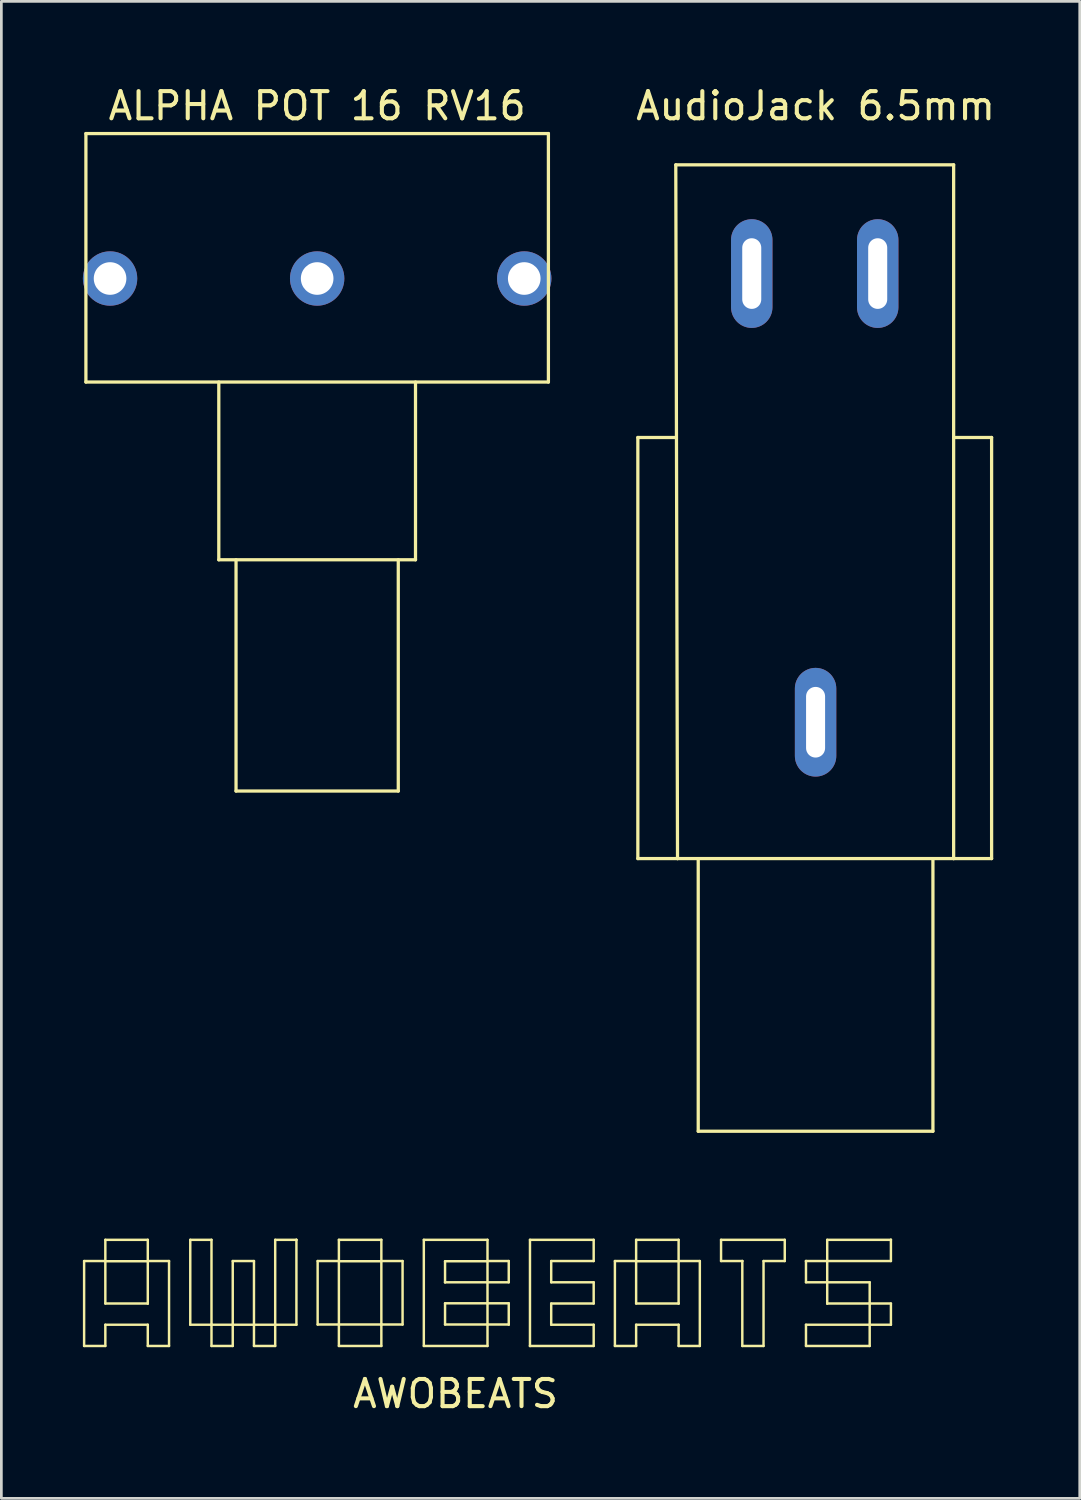
<source format=kicad_pcb>
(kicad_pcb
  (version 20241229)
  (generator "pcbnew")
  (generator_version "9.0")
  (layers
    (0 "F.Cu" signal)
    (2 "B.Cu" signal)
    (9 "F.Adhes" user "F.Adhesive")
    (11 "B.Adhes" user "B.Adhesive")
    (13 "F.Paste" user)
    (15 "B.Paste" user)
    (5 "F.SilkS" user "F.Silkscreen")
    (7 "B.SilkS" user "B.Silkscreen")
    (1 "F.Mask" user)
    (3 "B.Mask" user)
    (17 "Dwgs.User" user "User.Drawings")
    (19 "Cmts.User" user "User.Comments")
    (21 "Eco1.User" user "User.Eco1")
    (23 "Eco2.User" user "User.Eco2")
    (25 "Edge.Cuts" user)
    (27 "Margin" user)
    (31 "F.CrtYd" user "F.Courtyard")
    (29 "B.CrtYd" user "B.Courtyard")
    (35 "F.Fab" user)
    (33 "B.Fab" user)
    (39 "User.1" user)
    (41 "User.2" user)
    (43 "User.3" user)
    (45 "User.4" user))
  (footprint "ALPHA POT 16 RV16"
    (layer "F.Cu")
    (at 8.62 2.245)
    (property "Reference" "ALPHA POT 16 RV16" (at 0 -1.397 0) (layer "F.SilkS") (effects (font (size 1 1) (thickness 0.15))))
    (attr through_hole)
    (fp_line (start -8.509 -0.381) (end 8.509 -0.381) (stroke (width 0.12) (type solid)) (layer "F.SilkS"))
    (fp_line (start -8.509 8.763) (end -8.509 -0.381) (stroke (width 0.12) (type solid)) (layer "F.SilkS"))
    (fp_line (start -3.619 8.763) (end -3.619 15.303) (stroke (width 0.12) (type solid)) (layer "F.SilkS"))
    (fp_line (start -3.619 15.303) (end 3.619 15.303) (stroke (width 0.12) (type solid)) (layer "F.SilkS"))
    (fp_line (start -2.985 15.303) (end -2.985 23.812) (stroke (width 0.12) (type solid)) (layer "F.SilkS"))
    (fp_line (start -2.985 23.812) (end 2.985 23.812) (stroke (width 0.12) (type solid)) (layer "F.SilkS"))
    (fp_line (start 2.985 23.812) (end 2.985 15.303) (stroke (width 0.12) (type solid)) (layer "F.SilkS"))
    (fp_line (start 3.619 15.303) (end 3.619 8.763) (stroke (width 0.12) (type solid)) (layer "F.SilkS"))
    (fp_line (start 8.509 -0.381) (end 8.509 8.763) (stroke (width 0.12) (type solid)) (layer "F.SilkS"))
    (fp_line (start 8.509 8.763) (end -8.509 8.763) (stroke (width 0.12) (type solid)) (layer "F.SilkS"))
    (pad "1" thru_hole circle (at -7.62 4.953) (size 2 2) (drill 1.2) (layers "*.Cu" "*.Mask"))
    (pad "2" thru_hole circle (at 0 4.953) (size 2 2) (drill 1.2) (layers "*.Cu" "*.Mask"))
    (pad "3" thru_hole circle (at 7.62 4.953) (size 2 2) (drill 1.2) (layers "*.Cu" "*.Mask")))
  (footprint "AudioJack 6.5mm"
    (layer "F.Cu")
    (at 26.96 0.348)
    (property "Reference" "AudioJack 6.5mm" (at 0 0.5 0) (layer "F.SilkS") (effects (font (size 1 1) (thickness 0.15))))
    (attr through_hole)
    (fp_line (start -6.54 12.7) (end -6.54 28.194) (stroke (width 0.12) (type solid)) (layer "F.SilkS"))
    (fp_line (start -6.54 28.194) (end -5.08 28.194) (stroke (width 0.12) (type solid)) (layer "F.SilkS"))
    (fp_line (start -5.144 2.667) (end -5.08 28.194) (stroke (width 0.12) (type solid)) (layer "F.SilkS"))
    (fp_line (start -5.144 12.7) (end -6.54 12.7) (stroke (width 0.12) (type solid)) (layer "F.SilkS"))
    (fp_line (start -5.08 28.194) (end 5.08 28.194) (stroke (width 0.12) (type solid)) (layer "F.SilkS"))
    (fp_line (start -4.318 28.194) (end -4.318 38.227) (stroke (width 0.12) (type solid)) (layer "F.SilkS"))
    (fp_line (start -4.318 38.227) (end 4.318 38.227) (stroke (width 0.12) (type solid)) (layer "F.SilkS"))
    (fp_line (start 4.318 38.227) (end 4.318 28.194) (stroke (width 0.12) (type solid)) (layer "F.SilkS"))
    (fp_line (start 5.08 2.667) (end -5.144 2.667) (stroke (width 0.12) (type solid)) (layer "F.SilkS"))
    (fp_line (start 5.08 28.194) (end 5.08 2.667) (stroke (width 0.12) (type solid)) (layer "F.SilkS"))
    (fp_line (start 5.08 28.194) (end 6.477 28.194) (stroke (width 0.12) (type solid)) (layer "F.SilkS"))
    (fp_line (start 6.477 12.7) (end 5.08 12.7) (stroke (width 0.12) (type solid)) (layer "F.SilkS"))
    (fp_line (start 6.477 28.194) (end 6.477 12.7) (stroke (width 0.12) (type solid)) (layer "F.SilkS"))
    (pad "R" thru_hole oval (at -2.349 6.668) (size 1.524 4) (drill oval 0.7 2.6) (layers "*.Cu" "*.Mask"))
    (pad "S" thru_hole oval (at 0 23.177) (size 1.524 4) (drill oval 0.7 2.6) (layers "*.Cu" "*.Mask"))
    (pad "T" thru_hole oval (at 2.286 6.668) (size 1.524 4) (drill oval 0.7 2.6) (layers "*.Cu" "*.Mask")))
  (footprint "AWOBEATS"
    (layer "F.Cu")
    (at 13.711 41.885)
    (property "Reference" "AWOBEATS" (at 0 6.35 0) (layer "F.SilkS") (effects (font (size 1 1) (thickness 0.15))))
    (attr through_hole)
    (fp_line (start -13.666 1.466) (end -12.885 1.466) (stroke (width 0.09) (type solid)) (layer "F.SilkS"))
    (fp_line (start -13.666 4.591) (end -13.666 1.466) (stroke (width 0.09) (type solid)) (layer "F.SilkS"))
    (fp_line (start -12.885 0.685) (end -11.323 0.685) (stroke (width 0.09) (type solid)) (layer "F.SilkS"))
    (fp_line (start -12.885 1.466) (end -12.885 0.685) (stroke (width 0.09) (type solid)) (layer "F.SilkS"))
    (fp_line (start -12.885 1.466) (end -12.885 1.466) (stroke (width 0.09) (type solid)) (layer "F.SilkS"))
    (fp_line (start -12.885 1.474) (end -12.885 3.029) (stroke (width 0.09) (type solid)) (layer "F.SilkS"))
    (fp_line (start -12.885 3.029) (end -11.323 3.029) (stroke (width 0.09) (type solid)) (layer "F.SilkS"))
    (fp_line (start -12.885 3.81) (end -12.885 4.591) (stroke (width 0.09) (type solid)) (layer "F.SilkS"))
    (fp_line (start -12.885 4.591) (end -13.666 4.591) (stroke (width 0.09) (type solid)) (layer "F.SilkS"))
    (fp_line (start -11.323 0.685) (end -11.323 1.466) (stroke (width 0.09) (type solid)) (layer "F.SilkS"))
    (fp_line (start -11.323 1.466) (end -10.541 1.466) (stroke (width 0.09) (type solid)) (layer "F.SilkS"))
    (fp_line (start -11.323 1.474) (end -12.885 1.474) (stroke (width 0.09) (type solid)) (layer "F.SilkS"))
    (fp_line (start -11.323 3.029) (end -11.323 1.474) (stroke (width 0.09) (type solid)) (layer "F.SilkS"))
    (fp_line (start -11.323 3.029) (end -11.323 3.029) (stroke (width 0.09) (type solid)) (layer "F.SilkS"))
    (fp_line (start -11.323 3.81) (end -12.885 3.81) (stroke (width 0.09) (type solid)) (layer "F.SilkS"))
    (fp_line (start -11.323 4.591) (end -11.323 3.81) (stroke (width 0.09) (type solid)) (layer "F.SilkS"))
    (fp_line (start -10.541 1.466) (end -10.541 4.591) (stroke (width 0.09) (type solid)) (layer "F.SilkS"))
    (fp_line (start -10.541 4.591) (end -11.323 4.591) (stroke (width 0.09) (type solid)) (layer "F.SilkS"))
    (fp_line (start -9.76 0.685) (end -8.979 0.685) (stroke (width 0.09) (type solid)) (layer "F.SilkS"))
    (fp_line (start -9.76 3.81) (end -9.76 0.685) (stroke (width 0.09) (type solid)) (layer "F.SilkS"))
    (fp_line (start -8.979 0.685) (end -8.979 3.81) (stroke (width 0.09) (type solid)) (layer "F.SilkS"))
    (fp_line (start -8.979 3.81) (end -9.76 3.81) (stroke (width 0.09) (type solid)) (layer "F.SilkS"))
    (fp_line (start -8.979 3.81) (end -8.979 3.81) (stroke (width 0.09) (type solid)) (layer "F.SilkS"))
    (fp_line (start -8.979 3.81) (end -8.979 3.81) (stroke (width 0.09) (type solid)) (layer "F.SilkS"))
    (fp_line (start -8.979 3.81) (end -8.197 3.81) (stroke (width 0.09) (type solid)) (layer "F.SilkS"))
    (fp_line (start -8.979 4.591) (end -8.979 3.81) (stroke (width 0.09) (type solid)) (layer "F.SilkS"))
    (fp_line (start -8.197 1.466) (end -7.416 1.466) (stroke (width 0.09) (type solid)) (layer "F.SilkS"))
    (fp_line (start -8.197 3.81) (end -8.197 1.466) (stroke (width 0.09) (type solid)) (layer "F.SilkS"))
    (fp_line (start -8.197 3.81) (end -8.197 4.591) (stroke (width 0.09) (type solid)) (layer "F.SilkS"))
    (fp_line (start -8.197 4.591) (end -8.979 4.591) (stroke (width 0.09) (type solid)) (layer "F.SilkS"))
    (fp_line (start -7.416 1.466) (end -7.416 3.81) (stroke (width 0.09) (type solid)) (layer "F.SilkS"))
    (fp_line (start -7.416 3.81) (end -8.197 3.81) (stroke (width 0.09) (type solid)) (layer "F.SilkS"))
    (fp_line (start -7.416 3.81) (end -7.416 3.81) (stroke (width 0.09) (type solid)) (layer "F.SilkS"))
    (fp_line (start -7.416 3.81) (end -7.416 3.81) (stroke (width 0.09) (type solid)) (layer "F.SilkS"))
    (fp_line (start -7.416 3.81) (end -6.635 3.81) (stroke (width 0.09) (type solid)) (layer "F.SilkS"))
    (fp_line (start -7.416 4.591) (end -7.416 3.81) (stroke (width 0.09) (type solid)) (layer "F.SilkS"))
    (fp_line (start -6.635 0.685) (end -5.854 0.685) (stroke (width 0.09) (type solid)) (layer "F.SilkS"))
    (fp_line (start -6.635 3.81) (end -6.635 0.685) (stroke (width 0.09) (type solid)) (layer "F.SilkS"))
    (fp_line (start -6.635 3.81) (end -6.635 4.591) (stroke (width 0.09) (type solid)) (layer "F.SilkS"))
    (fp_line (start -6.635 4.591) (end -7.416 4.591) (stroke (width 0.09) (type solid)) (layer "F.SilkS"))
    (fp_line (start -5.854 0.685) (end -5.854 0.685) (stroke (width 0.09) (type solid)) (layer "F.SilkS"))
    (fp_line (start -5.854 0.685) (end -5.854 3.81) (stroke (width 0.09) (type solid)) (layer "F.SilkS"))
    (fp_line (start -5.854 3.81) (end -6.635 3.81) (stroke (width 0.09) (type solid)) (layer "F.SilkS"))
    (fp_line (start -5.073 1.466) (end -4.291 1.466) (stroke (width 0.09) (type solid)) (layer "F.SilkS"))
    (fp_line (start -5.073 3.802) (end -5.073 1.466) (stroke (width 0.09) (type solid)) (layer "F.SilkS"))
    (fp_line (start -4.291 0.685) (end -2.729 0.685) (stroke (width 0.09) (type solid)) (layer "F.SilkS"))
    (fp_line (start -4.291 1.466) (end -4.291 0.685) (stroke (width 0.09) (type solid)) (layer "F.SilkS"))
    (fp_line (start -4.291 1.474) (end -4.291 3.802) (stroke (width 0.09) (type solid)) (layer "F.SilkS"))
    (fp_line (start -4.291 3.802) (end -5.073 3.802) (stroke (width 0.09) (type solid)) (layer "F.SilkS"))
    (fp_line (start -4.291 3.802) (end -4.291 3.802) (stroke (width 0.09) (type solid)) (layer "F.SilkS"))
    (fp_line (start -4.291 3.802) (end -2.729 3.802) (stroke (width 0.09) (type solid)) (layer "F.SilkS"))
    (fp_line (start -4.291 4.591) (end -4.291 3.802) (stroke (width 0.09) (type solid)) (layer "F.SilkS"))
    (fp_line (start -2.729 0.685) (end -2.729 1.466) (stroke (width 0.09) (type solid)) (layer "F.SilkS"))
    (fp_line (start -2.729 1.466) (end -1.948 1.466) (stroke (width 0.09) (type solid)) (layer "F.SilkS"))
    (fp_line (start -2.729 1.474) (end -4.291 1.474) (stroke (width 0.09) (type solid)) (layer "F.SilkS"))
    (fp_line (start -2.729 3.802) (end -2.729 1.474) (stroke (width 0.09) (type solid)) (layer "F.SilkS"))
    (fp_line (start -2.729 3.802) (end -2.729 3.802) (stroke (width 0.09) (type solid)) (layer "F.SilkS"))
    (fp_line (start -2.729 3.802) (end -2.729 4.591) (stroke (width 0.09) (type solid)) (layer "F.SilkS"))
    (fp_line (start -2.729 4.591) (end -4.291 4.591) (stroke (width 0.09) (type solid)) (layer "F.SilkS"))
    (fp_line (start -1.948 1.466) (end -1.948 3.802) (stroke (width 0.09) (type solid)) (layer "F.SilkS"))
    (fp_line (start -1.948 3.802) (end -2.729 3.802) (stroke (width 0.09) (type solid)) (layer "F.SilkS"))
    (fp_line (start -1.166 0.685) (end 1.177 0.685) (stroke (width 0.09) (type solid)) (layer "F.SilkS"))
    (fp_line (start -1.166 4.591) (end -1.166 0.685) (stroke (width 0.09) (type solid)) (layer "F.SilkS"))
    (fp_line (start -0.385 1.474) (end -0.385 2.248) (stroke (width 0.09) (type solid)) (layer "F.SilkS"))
    (fp_line (start -0.385 2.248) (end -0.385 2.248) (stroke (width 0.09) (type solid)) (layer "F.SilkS"))
    (fp_line (start -0.385 2.248) (end 1.177 2.248) (stroke (width 0.09) (type solid)) (layer "F.SilkS"))
    (fp_line (start -0.385 3.021) (end -0.385 3.802) (stroke (width 0.09) (type solid)) (layer "F.SilkS"))
    (fp_line (start -0.385 3.802) (end 1.177 3.802) (stroke (width 0.09) (type solid)) (layer "F.SilkS"))
    (fp_line (start 1.177 0.685) (end 1.177 1.466) (stroke (width 0.09) (type solid)) (layer "F.SilkS"))
    (fp_line (start 1.177 1.466) (end 1.959 1.466) (stroke (width 0.09) (type solid)) (layer "F.SilkS"))
    (fp_line (start 1.177 1.474) (end -0.385 1.474) (stroke (width 0.09) (type solid)) (layer "F.SilkS"))
    (fp_line (start 1.177 2.248) (end 1.177 1.474) (stroke (width 0.09) (type solid)) (layer "F.SilkS"))
    (fp_line (start 1.177 2.248) (end 1.177 3.021) (stroke (width 0.09) (type solid)) (layer "F.SilkS"))
    (fp_line (start 1.177 3.021) (end -0.385 3.021) (stroke (width 0.09) (type solid)) (layer "F.SilkS"))
    (fp_line (start 1.177 3.021) (end 1.177 3.021) (stroke (width 0.09) (type solid)) (layer "F.SilkS"))
    (fp_line (start 1.177 3.021) (end 1.959 3.021) (stroke (width 0.09) (type solid)) (layer "F.SilkS"))
    (fp_line (start 1.177 3.802) (end 1.177 3.021) (stroke (width 0.09) (type solid)) (layer "F.SilkS"))
    (fp_line (start 1.177 3.802) (end 1.177 4.591) (stroke (width 0.09) (type solid)) (layer "F.SilkS"))
    (fp_line (start 1.177 4.591) (end -1.166 4.591) (stroke (width 0.09) (type solid)) (layer "F.SilkS"))
    (fp_line (start 1.959 1.466) (end 1.959 2.248) (stroke (width 0.09) (type solid)) (layer "F.SilkS"))
    (fp_line (start 1.959 2.248) (end 1.177 2.248) (stroke (width 0.09) (type solid)) (layer "F.SilkS"))
    (fp_line (start 1.959 3.021) (end 1.959 3.802) (stroke (width 0.09) (type solid)) (layer "F.SilkS"))
    (fp_line (start 1.959 3.802) (end 1.177 3.802) (stroke (width 0.09) (type solid)) (layer "F.SilkS"))
    (fp_line (start 1.959 3.802) (end 1.959 3.802) (stroke (width 0.09) (type solid)) (layer "F.SilkS"))
    (fp_line (start 2.74 0.685) (end 5.084 0.685) (stroke (width 0.09) (type solid)) (layer "F.SilkS"))
    (fp_line (start 2.74 4.591) (end 2.74 0.685) (stroke (width 0.09) (type solid)) (layer "F.SilkS"))
    (fp_line (start 2.74 4.591) (end 2.74 4.591) (stroke (width 0.09) (type solid)) (layer "F.SilkS"))
    (fp_line (start 3.521 1.466) (end 3.521 2.248) (stroke (width 0.09) (type solid)) (layer "F.SilkS"))
    (fp_line (start 3.521 2.248) (end 5.084 2.248) (stroke (width 0.09) (type solid)) (layer "F.SilkS"))
    (fp_line (start 3.521 3.029) (end 3.521 3.81) (stroke (width 0.09) (type solid)) (layer "F.SilkS"))
    (fp_line (start 3.521 3.81) (end 5.084 3.81) (stroke (width 0.09) (type solid)) (layer "F.SilkS"))
    (fp_line (start 5.084 0.685) (end 5.084 1.466) (stroke (width 0.09) (type solid)) (layer "F.SilkS"))
    (fp_line (start 5.084 1.466) (end 3.521 1.466) (stroke (width 0.09) (type solid)) (layer "F.SilkS"))
    (fp_line (start 5.084 2.248) (end 5.084 3.029) (stroke (width 0.09) (type solid)) (layer "F.SilkS"))
    (fp_line (start 5.084 3.029) (end 3.521 3.029) (stroke (width 0.09) (type solid)) (layer "F.SilkS"))
    (fp_line (start 5.084 3.81) (end 5.084 4.591) (stroke (width 0.09) (type solid)) (layer "F.SilkS"))
    (fp_line (start 5.084 4.591) (end 2.74 4.591) (stroke (width 0.09) (type solid)) (layer "F.SilkS"))
    (fp_line (start 5.865 1.466) (end 6.646 1.466) (stroke (width 0.09) (type solid)) (layer "F.SilkS"))
    (fp_line (start 5.865 4.591) (end 5.865 1.466) (stroke (width 0.09) (type solid)) (layer "F.SilkS"))
    (fp_line (start 6.646 0.685) (end 8.209 0.685) (stroke (width 0.09) (type solid)) (layer "F.SilkS"))
    (fp_line (start 6.646 1.466) (end 6.646 0.685) (stroke (width 0.09) (type solid)) (layer "F.SilkS"))
    (fp_line (start 6.646 1.466) (end 6.646 1.466) (stroke (width 0.09) (type solid)) (layer "F.SilkS"))
    (fp_line (start 6.646 1.474) (end 6.646 3.029) (stroke (width 0.09) (type solid)) (layer "F.SilkS"))
    (fp_line (start 6.646 3.029) (end 8.209 3.029) (stroke (width 0.09) (type solid)) (layer "F.SilkS"))
    (fp_line (start 6.646 3.81) (end 6.646 4.591) (stroke (width 0.09) (type solid)) (layer "F.SilkS"))
    (fp_line (start 6.646 4.591) (end 5.865 4.591) (stroke (width 0.09) (type solid)) (layer "F.SilkS"))
    (fp_line (start 8.209 0.685) (end 8.209 1.466) (stroke (width 0.09) (type solid)) (layer "F.SilkS"))
    (fp_line (start 8.209 1.466) (end 8.99 1.466) (stroke (width 0.09) (type solid)) (layer "F.SilkS"))
    (fp_line (start 8.209 1.474) (end 6.646 1.474) (stroke (width 0.09) (type solid)) (layer "F.SilkS"))
    (fp_line (start 8.209 3.029) (end 8.209 1.474) (stroke (width 0.09) (type solid)) (layer "F.SilkS"))
    (fp_line (start 8.209 3.029) (end 8.209 3.029) (stroke (width 0.09) (type solid)) (layer "F.SilkS"))
    (fp_line (start 8.209 3.81) (end 6.646 3.81) (stroke (width 0.09) (type solid)) (layer "F.SilkS"))
    (fp_line (start 8.209 4.591) (end 8.209 3.81) (stroke (width 0.09) (type solid)) (layer "F.SilkS"))
    (fp_line (start 8.99 1.466) (end 8.99 4.591) (stroke (width 0.09) (type solid)) (layer "F.SilkS"))
    (fp_line (start 8.99 4.591) (end 8.209 4.591) (stroke (width 0.09) (type solid)) (layer "F.SilkS"))
    (fp_line (start 9.771 0.685) (end 12.115 0.685) (stroke (width 0.09) (type solid)) (layer "F.SilkS"))
    (fp_line (start 9.771 1.466) (end 9.771 0.685) (stroke (width 0.09) (type solid)) (layer "F.SilkS"))
    (fp_line (start 10.553 1.466) (end 9.771 1.466) (stroke (width 0.09) (type solid)) (layer "F.SilkS"))
    (fp_line (start 10.553 1.466) (end 10.553 1.466) (stroke (width 0.09) (type solid)) (layer "F.SilkS"))
    (fp_line (start 10.553 4.591) (end 10.553 1.466) (stroke (width 0.09) (type solid)) (layer "F.SilkS"))
    (fp_line (start 11.334 1.466) (end 11.334 4.591) (stroke (width 0.09) (type solid)) (layer "F.SilkS"))
    (fp_line (start 11.334 4.591) (end 10.553 4.591) (stroke (width 0.09) (type solid)) (layer "F.SilkS"))
    (fp_line (start 12.115 0.685) (end 12.115 1.466) (stroke (width 0.09) (type solid)) (layer "F.SilkS"))
    (fp_line (start 12.115 1.466) (end 11.334 1.466) (stroke (width 0.09) (type solid)) (layer "F.SilkS"))
    (fp_line (start 12.896 1.466) (end 12.896 1.466) (stroke (width 0.09) (type solid)) (layer "F.SilkS"))
    (fp_line (start 12.896 1.466) (end 13.677 1.466) (stroke (width 0.09) (type solid)) (layer "F.SilkS"))
    (fp_line (start 12.896 2.248) (end 12.896 1.466) (stroke (width 0.09) (type solid)) (layer "F.SilkS"))
    (fp_line (start 12.896 3.81) (end 15.24 3.81) (stroke (width 0.09) (type solid)) (layer "F.SilkS"))
    (fp_line (start 12.896 4.591) (end 12.896 3.81) (stroke (width 0.09) (type solid)) (layer "F.SilkS"))
    (fp_line (start 13.677 0.685) (end 16.021 0.685) (stroke (width 0.09) (type solid)) (layer "F.SilkS"))
    (fp_line (start 13.677 1.466) (end 13.677 0.685) (stroke (width 0.09) (type solid)) (layer "F.SilkS"))
    (fp_line (start 13.677 1.466) (end 13.677 2.248) (stroke (width 0.09) (type solid)) (layer "F.SilkS"))
    (fp_line (start 13.677 2.248) (end 12.896 2.248) (stroke (width 0.09) (type solid)) (layer "F.SilkS"))
    (fp_line (start 13.677 2.248) (end 15.24 2.248) (stroke (width 0.09) (type solid)) (layer "F.SilkS"))
    (fp_line (start 13.677 3.029) (end 13.677 2.248) (stroke (width 0.09) (type solid)) (layer "F.SilkS"))
    (fp_line (start 13.677 3.029) (end 13.677 3.029) (stroke (width 0.09) (type solid)) (layer "F.SilkS"))
    (fp_line (start 15.24 2.248) (end 15.24 3.029) (stroke (width 0.09) (type solid)) (layer "F.SilkS"))
    (fp_line (start 15.24 3.029) (end 13.677 3.029) (stroke (width 0.09) (type solid)) (layer "F.SilkS"))
    (fp_line (start 15.24 3.029) (end 16.021 3.029) (stroke (width 0.09) (type solid)) (layer "F.SilkS"))
    (fp_line (start 15.24 3.81) (end 15.24 3.029) (stroke (width 0.09) (type solid)) (layer "F.SilkS"))
    (fp_line (start 15.24 3.81) (end 15.24 3.81) (stroke (width 0.09) (type solid)) (layer "F.SilkS"))
    (fp_line (start 15.24 3.81) (end 15.24 3.81) (stroke (width 0.09) (type solid)) (layer "F.SilkS"))
    (fp_line (start 15.24 3.81) (end 15.24 4.591) (stroke (width 0.09) (type solid)) (layer "F.SilkS"))
    (fp_line (start 15.24 4.591) (end 12.896 4.591) (stroke (width 0.09) (type solid)) (layer "F.SilkS"))
    (fp_line (start 16.021 0.685) (end 16.021 0.685) (stroke (width 0.09) (type solid)) (layer "F.SilkS"))
    (fp_line (start 16.021 0.685) (end 16.021 1.466) (stroke (width 0.09) (type solid)) (layer "F.SilkS"))
    (fp_line (start 16.021 1.466) (end 13.677 1.466) (stroke (width 0.09) (type solid)) (layer "F.SilkS"))
    (fp_line (start 16.021 3.029) (end 16.021 3.81) (stroke (width 0.09) (type solid)) (layer "F.SilkS"))
    (fp_line (start 16.021 3.81) (end 15.24 3.81) (stroke (width 0.09) (type solid)) (layer "F.SilkS")))
  (gr_rect
    (start -3 -3)
    (end 36.68 52.084)
    (stroke (width 0.1) (type default))
    (fill no)
    (layer "Edge.Cuts")))
</source>
